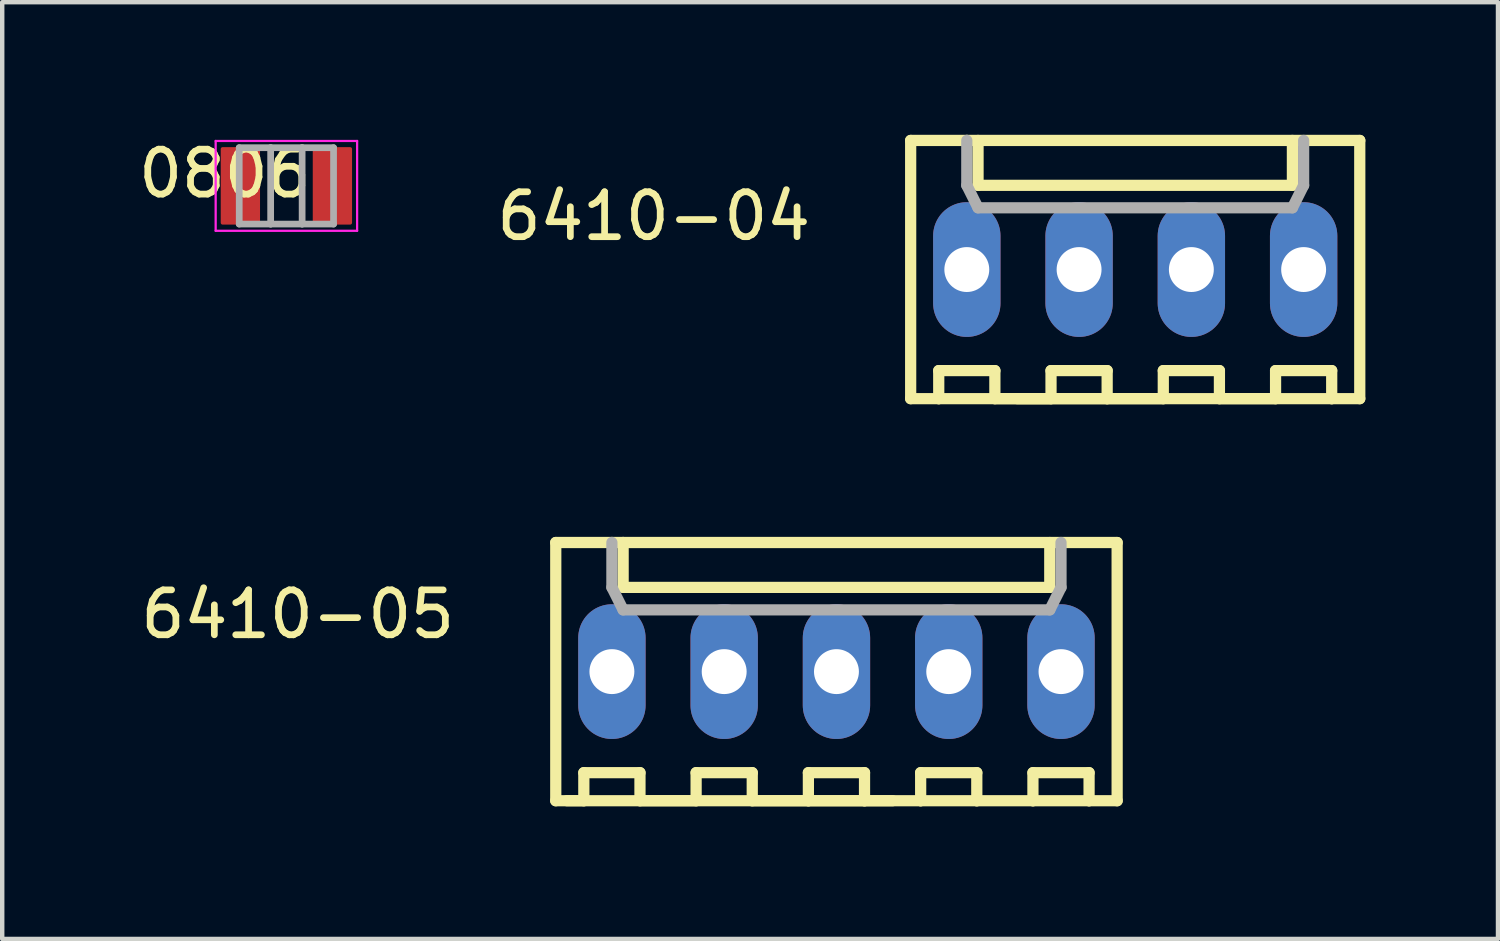
<source format=kicad_pcb>
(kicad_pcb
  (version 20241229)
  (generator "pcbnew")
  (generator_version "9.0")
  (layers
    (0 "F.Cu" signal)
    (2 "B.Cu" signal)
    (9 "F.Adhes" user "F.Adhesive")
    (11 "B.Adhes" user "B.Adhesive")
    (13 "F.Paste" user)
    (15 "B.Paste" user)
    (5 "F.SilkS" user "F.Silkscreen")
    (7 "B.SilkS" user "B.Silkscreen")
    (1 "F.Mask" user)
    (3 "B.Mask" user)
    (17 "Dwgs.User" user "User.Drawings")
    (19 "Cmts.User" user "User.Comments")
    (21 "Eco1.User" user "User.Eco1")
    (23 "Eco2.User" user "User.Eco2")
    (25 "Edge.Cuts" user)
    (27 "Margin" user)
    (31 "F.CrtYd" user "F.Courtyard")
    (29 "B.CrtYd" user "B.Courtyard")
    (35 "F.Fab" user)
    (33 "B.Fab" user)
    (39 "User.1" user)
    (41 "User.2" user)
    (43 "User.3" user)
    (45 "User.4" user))
  (footprint "6410-05"
    (layer "F.Cu")
    (at 15.873 12.144)
    (property "Reference" "6410-05" (at -8.555 -1.89 180) (layer "F.SilkS") (effects (font (size 1.016 1.016) (thickness 0.152)) (justify right top)))
    (attr through_hole)
    (fp_line (start -6.35 -2.921) (end -6.35 2.921) (stroke (width 0.254) (type solid)) (layer "F.SilkS"))
    (fp_line (start -6.35 -2.921) (end -5.08 -2.921) (stroke (width 0.254) (type solid)) (layer "F.SilkS"))
    (fp_line (start -6.35 2.921) (end 1.27 2.921) (stroke (width 0.254) (type solid)) (layer "F.SilkS"))
    (fp_line (start -6.096 2.921) (end -5.715 2.921) (stroke (width 0.254) (type solid)) (layer "F.SilkS"))
    (fp_line (start -5.715 2.286) (end -4.445 2.286) (stroke (width 0.254) (type solid)) (layer "F.SilkS"))
    (fp_line (start -5.715 2.921) (end -5.715 2.286) (stroke (width 0.254) (type solid)) (layer "F.SilkS"))
    (fp_line (start -5.08 -2.921) (end -4.826 -2.921) (stroke (width 0.254) (type solid)) (layer "F.SilkS"))
    (fp_line (start -4.826 -2.921) (end -4.826 -1.905) (stroke (width 0.254) (type solid)) (layer "F.SilkS"))
    (fp_line (start -4.826 -2.921) (end 6.35 -2.921) (stroke (width 0.254) (type solid)) (layer "F.SilkS"))
    (fp_line (start -4.826 -1.905) (end 4.826 -1.905) (stroke (width 0.254) (type solid)) (layer "F.SilkS"))
    (fp_line (start -4.445 2.286) (end -4.445 2.921) (stroke (width 0.254) (type solid)) (layer "F.SilkS"))
    (fp_line (start -4.445 2.921) (end -3.175 2.921) (stroke (width 0.254) (type solid)) (layer "F.SilkS"))
    (fp_line (start -3.175 2.286) (end -1.905 2.286) (stroke (width 0.254) (type solid)) (layer "F.SilkS"))
    (fp_line (start -3.175 2.921) (end -3.175 2.286) (stroke (width 0.254) (type solid)) (layer "F.SilkS"))
    (fp_line (start -1.905 2.286) (end -1.905 2.921) (stroke (width 0.254) (type solid)) (layer "F.SilkS"))
    (fp_line (start -1.905 2.921) (end -0.635 2.921) (stroke (width 0.254) (type solid)) (layer "F.SilkS"))
    (fp_line (start -0.635 2.286) (end 0.635 2.286) (stroke (width 0.254) (type solid)) (layer "F.SilkS"))
    (fp_line (start -0.635 2.921) (end -0.635 2.286) (stroke (width 0.254) (type solid)) (layer "F.SilkS"))
    (fp_line (start 0.635 2.286) (end 0.635 2.921) (stroke (width 0.254) (type solid)) (layer "F.SilkS"))
    (fp_line (start 0.635 2.921) (end -0.635 2.921) (stroke (width 0.254) (type solid)) (layer "F.SilkS"))
    (fp_line (start 0.635 2.921) (end 1.905 2.921) (stroke (width 0.254) (type solid)) (layer "F.SilkS"))
    (fp_line (start 1.905 2.286) (end 3.175 2.286) (stroke (width 0.254) (type solid)) (layer "F.SilkS"))
    (fp_line (start 1.905 2.921) (end 1.905 2.286) (stroke (width 0.254) (type solid)) (layer "F.SilkS"))
    (fp_line (start 3.175 2.286) (end 3.175 2.921) (stroke (width 0.254) (type solid)) (layer "F.SilkS"))
    (fp_line (start 3.175 2.921) (end 1.905 2.921) (stroke (width 0.254) (type solid)) (layer "F.SilkS"))
    (fp_line (start 3.175 2.921) (end 4.445 2.921) (stroke (width 0.254) (type solid)) (layer "F.SilkS"))
    (fp_line (start 4.445 2.286) (end 5.715 2.286) (stroke (width 0.254) (type solid)) (layer "F.SilkS"))
    (fp_line (start 4.445 2.921) (end 4.445 2.286) (stroke (width 0.254) (type solid)) (layer "F.SilkS"))
    (fp_line (start 4.826 -2.921) (end 4.826 -1.905) (stroke (width 0.254) (type solid)) (layer "F.SilkS"))
    (fp_line (start 5.715 2.286) (end 5.715 2.921) (stroke (width 0.254) (type solid)) (layer "F.SilkS"))
    (fp_line (start 5.715 2.921) (end 4.445 2.921) (stroke (width 0.254) (type solid)) (layer "F.SilkS"))
    (fp_line (start 5.715 2.921) (end 6.35 2.921) (stroke (width 0.254) (type solid)) (layer "F.SilkS"))
    (fp_line (start 6.35 -2.921) (end 6.35 2.921) (stroke (width 0.254) (type solid)) (layer "F.SilkS"))
    (fp_line (start -5.08 -1.905) (end -5.08 -2.921) (stroke (width 0.254) (type solid)) (layer "F.Fab"))
    (fp_line (start -5.08 -1.905) (end -4.826 -1.397) (stroke (width 0.254) (type solid)) (layer "F.Fab"))
    (fp_line (start -4.826 -1.397) (end 4.826 -1.397) (stroke (width 0.254) (type solid)) (layer "F.Fab"))
    (fp_line (start 4.826 -1.397) (end 5.08 -1.905) (stroke (width 0.254) (type solid)) (layer "F.Fab"))
    (fp_line (start 5.08 -1.905) (end 5.08 -2.921) (stroke (width 0.254) (type solid)) (layer "F.Fab"))
    (fp_poly (pts (xy -5.334 0.254) (xy -4.826 0.254) (xy -4.826 -0.254) (xy -5.334 -0.254)) (stroke (width 0.1) (type default)) (fill no) (layer "F.Fab"))
    (fp_poly (pts (xy -2.794 0.254) (xy -2.286 0.254) (xy -2.286 -0.254) (xy -2.794 -0.254)) (stroke (width 0.1) (type default)) (fill no) (layer "F.Fab"))
    (fp_poly (pts (xy -0.254 0.254) (xy 0.254 0.254) (xy 0.254 -0.254) (xy -0.254 -0.254)) (stroke (width 0.1) (type default)) (fill no) (layer "F.Fab"))
    (fp_poly (pts (xy 2.286 0.254) (xy 2.794 0.254) (xy 2.794 -0.254) (xy 2.286 -0.254)) (stroke (width 0.1) (type default)) (fill no) (layer "F.Fab"))
    (fp_poly (pts (xy 4.826 0.254) (xy 5.334 0.254) (xy 5.334 -0.254) (xy 4.826 -0.254)) (stroke (width 0.1) (type default)) (fill no) (layer "F.Fab"))
    (pad "1" thru_hole oval (at 5.08 0 90) (size 3.048 1.524) (drill 1.016) (layers "*.Cu" "*.Mask"))
    (pad "2" thru_hole oval (at 2.54 0 90) (size 3.048 1.524) (drill 1.016) (layers "*.Cu" "*.Mask"))
    (pad "3" thru_hole oval (at 0 0 90) (size 3.048 1.524) (drill 1.016) (layers "*.Cu" "*.Mask"))
    (pad "4" thru_hole oval (at -2.54 0 90) (size 3.048 1.524) (drill 1.016) (layers "*.Cu" "*.Mask"))
    (pad "5" thru_hole oval (at -5.08 0 90) (size 3.048 1.524) (drill 1.016) (layers "*.Cu" "*.Mask")))
  (footprint "0806"
    (layer "F.Cu")
    (at 3.429 1.155)
    (property "Reference" "0806" (at -3.429 0.318 180) (layer "F.SilkS") (effects (font (size 1.016 1.016) (thickness 0.152)) (justify left bottom)))
    (attr smd)
    (fp_line (start -1.6 -1.016) (end 1.6 -1.016) (stroke (width 0.051) (type solid)) (layer "F.CrtYd"))
    (fp_line (start -1.6 1.016) (end -1.6 -1.016) (stroke (width 0.051) (type solid)) (layer "F.CrtYd"))
    (fp_line (start 1.6 -1.016) (end 1.6 1.016) (stroke (width 0.051) (type solid)) (layer "F.CrtYd"))
    (fp_line (start 1.6 1.016) (end -1.6 1.016) (stroke (width 0.051) (type solid)) (layer "F.CrtYd"))
    (fp_line (start -1.067 -0.864) (end -1.067 0.864) (stroke (width 0.152) (type solid)) (layer "F.Fab"))
    (fp_line (start -1.067 0.864) (end -0.356 0.864) (stroke (width 0.152) (type solid)) (layer "F.Fab"))
    (fp_line (start -0.356 -0.864) (end -1.067 -0.864) (stroke (width 0.152) (type solid)) (layer "F.Fab"))
    (fp_line (start -0.356 0.864) (end -0.356 -0.864) (stroke (width 0.152) (type solid)) (layer "F.Fab"))
    (fp_line (start -0.356 0.864) (end 0.356 0.864) (stroke (width 0.152) (type solid)) (layer "F.Fab"))
    (fp_line (start 0.356 -0.864) (end -0.356 -0.864) (stroke (width 0.152) (type solid)) (layer "F.Fab"))
    (fp_line (start 0.356 -0.864) (end 0.356 0.864) (stroke (width 0.152) (type solid)) (layer "F.Fab"))
    (fp_line (start 0.356 0.864) (end 1.067 0.864) (stroke (width 0.152) (type solid)) (layer "F.Fab"))
    (fp_line (start 1.067 -0.864) (end 0.356 -0.864) (stroke (width 0.152) (type solid)) (layer "F.Fab"))
    (fp_line (start 1.067 0.864) (end 1.067 -0.864) (stroke (width 0.152) (type solid)) (layer "F.Fab"))
    (pad "1" smd roundrect (at -1.041 0) (size 0.889 1.753) (layers "F.Cu" "F.Mask" "F.Paste") (roundrect_rratio 0.048))
    (pad "2" smd roundrect (at 1.041 0) (size 0.889 1.753) (layers "F.Cu" "F.Mask" "F.Paste") (roundrect_rratio 0.048)))
  (footprint "6410-04"
    (layer "F.Cu")
    (at 22.632 3.048)
    (property "Reference" "6410-04" (at -7.26 -1.8 180) (layer "F.SilkS") (effects (font (size 1.016 1.016) (thickness 0.152)) (justify right top)))
    (attr through_hole)
    (fp_line (start -5.08 -2.921) (end -5.08 2.921) (stroke (width 0.254) (type solid)) (layer "F.SilkS"))
    (fp_line (start -5.08 -2.921) (end -3.81 -2.921) (stroke (width 0.254) (type solid)) (layer "F.SilkS"))
    (fp_line (start -5.08 2.921) (end -4.445 2.921) (stroke (width 0.254) (type solid)) (layer "F.SilkS"))
    (fp_line (start -4.445 2.286) (end -3.175 2.286) (stroke (width 0.254) (type solid)) (layer "F.SilkS"))
    (fp_line (start -4.445 2.921) (end -4.445 2.286) (stroke (width 0.254) (type solid)) (layer "F.SilkS"))
    (fp_line (start -4.445 2.921) (end -2.667 2.921) (stroke (width 0.127) (type solid)) (layer "F.SilkS"))
    (fp_line (start -3.556 -2.921) (end -3.81 -2.921) (stroke (width 0.127) (type solid)) (layer "F.SilkS"))
    (fp_line (start -3.556 -2.921) (end -3.556 -1.905) (stroke (width 0.254) (type solid)) (layer "F.SilkS"))
    (fp_line (start -3.556 -1.905) (end 3.556 -1.905) (stroke (width 0.254) (type solid)) (layer "F.SilkS"))
    (fp_line (start -3.175 2.286) (end -3.175 2.921) (stroke (width 0.254) (type solid)) (layer "F.SilkS"))
    (fp_line (start -3.175 2.921) (end -1.905 2.921) (stroke (width 0.254) (type solid)) (layer "F.SilkS"))
    (fp_line (start -1.905 2.286) (end -0.635 2.286) (stroke (width 0.254) (type solid)) (layer "F.SilkS"))
    (fp_line (start -1.905 2.921) (end -1.905 2.286) (stroke (width 0.254) (type solid)) (layer "F.SilkS"))
    (fp_line (start -0.635 2.286) (end -0.635 2.921) (stroke (width 0.254) (type solid)) (layer "F.SilkS"))
    (fp_line (start -0.635 2.921) (end -4.445 2.921) (stroke (width 0.254) (type solid)) (layer "F.SilkS"))
    (fp_line (start -0.635 2.921) (end 0.635 2.921) (stroke (width 0.254) (type solid)) (layer "F.SilkS"))
    (fp_line (start 0.635 2.286) (end 1.905 2.286) (stroke (width 0.254) (type solid)) (layer "F.SilkS"))
    (fp_line (start 0.635 2.921) (end 0.635 2.286) (stroke (width 0.254) (type solid)) (layer "F.SilkS"))
    (fp_line (start 1.905 2.286) (end 1.905 2.921) (stroke (width 0.254) (type solid)) (layer "F.SilkS"))
    (fp_line (start 1.905 2.921) (end 3.175 2.921) (stroke (width 0.254) (type solid)) (layer "F.SilkS"))
    (fp_line (start 3.175 2.286) (end 4.445 2.286) (stroke (width 0.254) (type solid)) (layer "F.SilkS"))
    (fp_line (start 3.175 2.921) (end 3.175 2.286) (stroke (width 0.254) (type solid)) (layer "F.SilkS"))
    (fp_line (start 3.556 -2.921) (end 3.556 -1.905) (stroke (width 0.254) (type solid)) (layer "F.SilkS"))
    (fp_line (start 4.445 2.286) (end 4.445 2.921) (stroke (width 0.254) (type solid)) (layer "F.SilkS"))
    (fp_line (start 4.445 2.921) (end -2.667 2.921) (stroke (width 0.254) (type solid)) (layer "F.SilkS"))
    (fp_line (start 4.445 2.921) (end 5.08 2.921) (stroke (width 0.254) (type solid)) (layer "F.SilkS"))
    (fp_line (start 5.08 -2.921) (end -3.81 -2.921) (stroke (width 0.254) (type solid)) (layer "F.SilkS"))
    (fp_line (start 5.08 -2.921) (end 5.08 2.921) (stroke (width 0.254) (type solid)) (layer "F.SilkS"))
    (fp_line (start -3.81 -1.905) (end -3.81 -2.921) (stroke (width 0.254) (type solid)) (layer "F.Fab"))
    (fp_line (start -3.81 -1.905) (end -3.556 -1.397) (stroke (width 0.254) (type solid)) (layer "F.Fab"))
    (fp_line (start -3.556 -1.397) (end 3.556 -1.397) (stroke (width 0.254) (type solid)) (layer "F.Fab"))
    (fp_line (start 3.556 -1.397) (end 3.81 -1.905) (stroke (width 0.254) (type solid)) (layer "F.Fab"))
    (fp_line (start 3.81 -1.905) (end 3.81 -2.921) (stroke (width 0.254) (type solid)) (layer "F.Fab"))
    (fp_poly (pts (xy -4.064 0.254) (xy -3.556 0.254) (xy -3.556 -0.254) (xy -4.064 -0.254)) (stroke (width 0.1) (type default)) (fill no) (layer "F.Fab"))
    (fp_poly (pts (xy -1.524 0.254) (xy -1.016 0.254) (xy -1.016 -0.254) (xy -1.524 -0.254)) (stroke (width 0.1) (type default)) (fill no) (layer "F.Fab"))
    (fp_poly (pts (xy 1.016 0.254) (xy 1.524 0.254) (xy 1.524 -0.254) (xy 1.016 -0.254)) (stroke (width 0.1) (type default)) (fill no) (layer "F.Fab"))
    (fp_poly (pts (xy 3.556 0.254) (xy 4.064 0.254) (xy 4.064 -0.254) (xy 3.556 -0.254)) (stroke (width 0.1) (type default)) (fill no) (layer "F.Fab"))
    (pad "1" thru_hole oval (at 3.81 0 90) (size 3.048 1.524) (drill 1.016) (layers "*.Cu" "*.Mask"))
    (pad "2" thru_hole oval (at 1.27 0 90) (size 3.048 1.524) (drill 1.016) (layers "*.Cu" "*.Mask"))
    (pad "3" thru_hole oval (at -1.27 0 90) (size 3.048 1.524) (drill 1.016) (layers "*.Cu" "*.Mask"))
    (pad "4" thru_hole oval (at -3.81 0 90) (size 3.048 1.524) (drill 1.016) (layers "*.Cu" "*.Mask")))
  (gr_rect
    (start -3 -3)
    (end 30.839 18.192)
    (stroke (width 0.1) (type default))
    (fill no)
    (layer "Edge.Cuts")))
</source>
